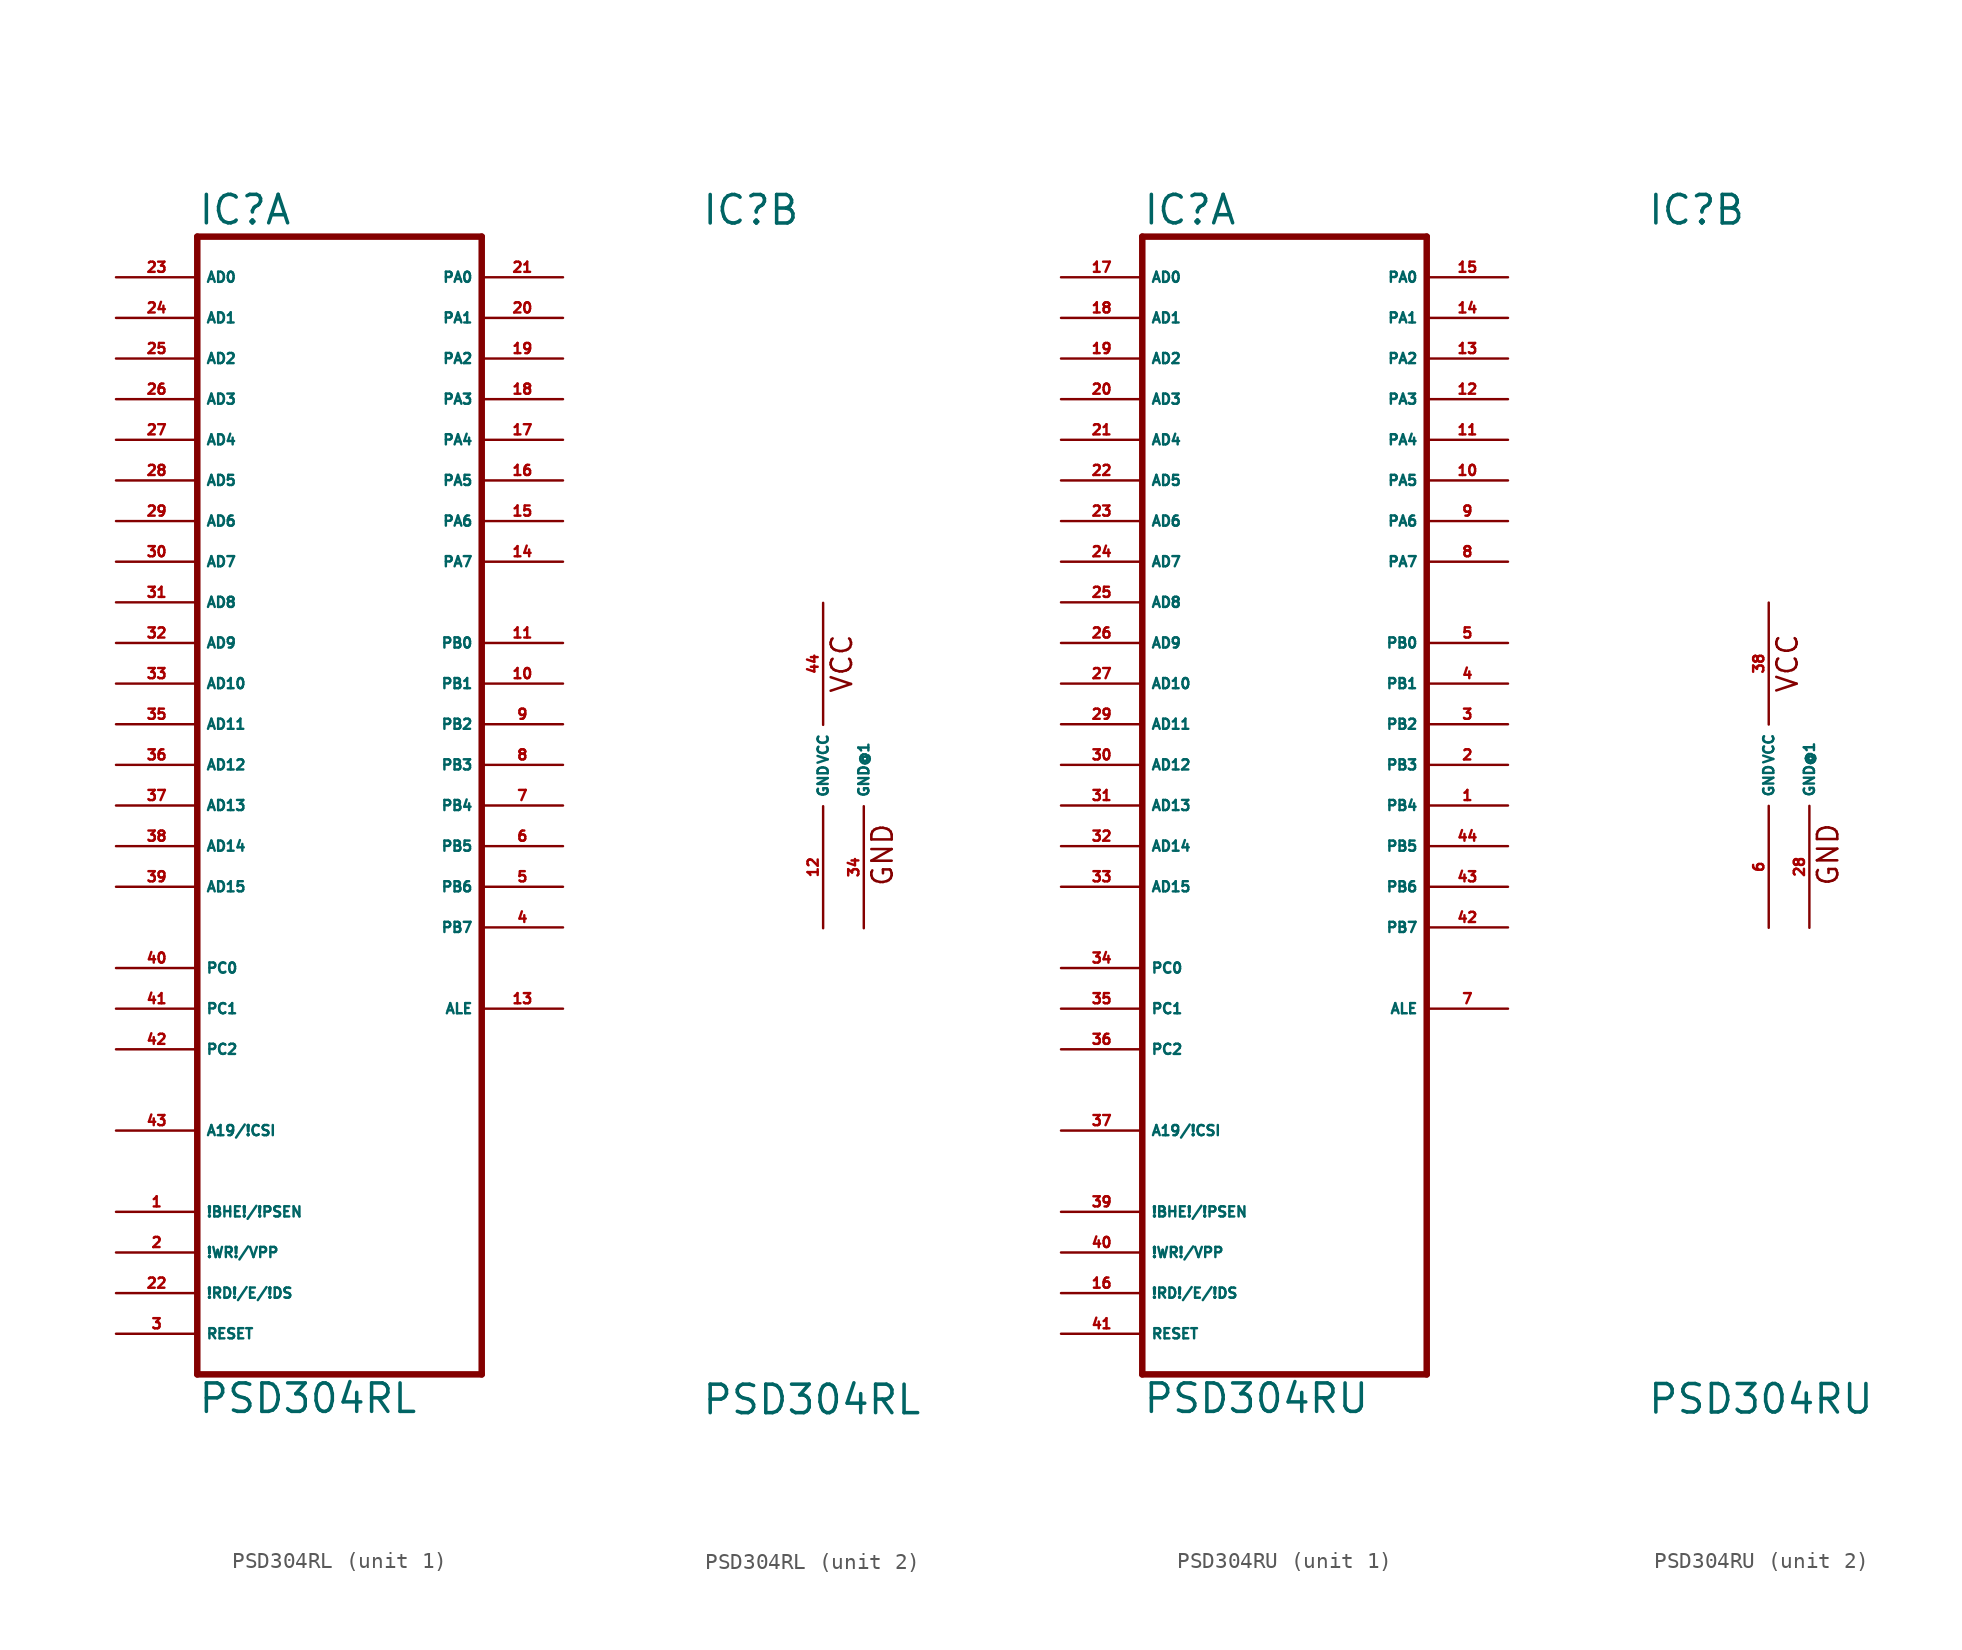
<source format=kicad_sym>
(kicad_symbol_lib
  (version 20220914)
  (generator Eagle2Kicad)
  (symbol "PSD304RL"
    (property "Reference" "IC"
      (at -7.62 33.655 0)
      (effects (font (size 1.778 1.778) (thickness 0.22)) (justify left bottom)))
    (property "Value" "PSD304RL"
      (at -7.62 -40.64 0)
      (effects (font (size 1.778 1.778) (thickness 0.22)) (justify left bottom)))
    (symbol "PSD304RL_1_0"
      (polyline (pts (xy -7.62 -38.1) (xy 10.16 -38.1)) (stroke (width 0.406) (type default)) (fill (type none)))
      (polyline (pts (xy 10.16 -38.1) (xy 10.16 33.02)) (stroke (width 0.406) (type default)) (fill (type none)))
      (polyline (pts (xy 10.16 33.02) (xy -7.62 33.02)) (stroke (width 0.406) (type default)) (fill (type none)))
      (polyline (pts (xy -7.62 33.02) (xy -7.62 -38.1)) (stroke (width 0.406) (type default)) (fill (type none)))
      (pin input line (at -12.7 30.48 0) (length 5.08) (name "AD0" (effects (font (size 0.635 0.635) (thickness 0.08)) (justify left bottom))) (number "23" (effects (font (size 0.635 0.635) (thickness 0.08)) (justify left bottom))))
      (pin input line (at -12.7 27.94 0) (length 5.08) (name "AD1" (effects (font (size 0.635 0.635) (thickness 0.08)) (justify left bottom))) (number "24" (effects (font (size 0.635 0.635) (thickness 0.08)) (justify left bottom))))
      (pin input line (at -12.7 25.4 0) (length 5.08) (name "AD2" (effects (font (size 0.635 0.635) (thickness 0.08)) (justify left bottom))) (number "25" (effects (font (size 0.635 0.635) (thickness 0.08)) (justify left bottom))))
      (pin input line (at -12.7 22.86 0) (length 5.08) (name "AD3" (effects (font (size 0.635 0.635) (thickness 0.08)) (justify left bottom))) (number "26" (effects (font (size 0.635 0.635) (thickness 0.08)) (justify left bottom))))
      (pin input line (at -12.7 20.32 0) (length 5.08) (name "AD4" (effects (font (size 0.635 0.635) (thickness 0.08)) (justify left bottom))) (number "27" (effects (font (size 0.635 0.635) (thickness 0.08)) (justify left bottom))))
      (pin input line (at -12.7 17.78 0) (length 5.08) (name "AD5" (effects (font (size 0.635 0.635) (thickness 0.08)) (justify left bottom))) (number "28" (effects (font (size 0.635 0.635) (thickness 0.08)) (justify left bottom))))
      (pin input line (at -12.7 15.24 0) (length 5.08) (name "AD6" (effects (font (size 0.635 0.635) (thickness 0.08)) (justify left bottom))) (number "29" (effects (font (size 0.635 0.635) (thickness 0.08)) (justify left bottom))))
      (pin input line (at -12.7 12.7 0) (length 5.08) (name "AD7" (effects (font (size 0.635 0.635) (thickness 0.08)) (justify left bottom))) (number "30" (effects (font (size 0.635 0.635) (thickness 0.08)) (justify left bottom))))
      (pin input line (at -12.7 10.16 0) (length 5.08) (name "AD8" (effects (font (size 0.635 0.635) (thickness 0.08)) (justify left bottom))) (number "31" (effects (font (size 0.635 0.635) (thickness 0.08)) (justify left bottom))))
      (pin input line (at -12.7 7.62 0) (length 5.08) (name "AD9" (effects (font (size 0.635 0.635) (thickness 0.08)) (justify left bottom))) (number "32" (effects (font (size 0.635 0.635) (thickness 0.08)) (justify left bottom))))
      (pin input line (at -12.7 5.08 0) (length 5.08) (name "AD10" (effects (font (size 0.635 0.635) (thickness 0.08)) (justify left bottom))) (number "33" (effects (font (size 0.635 0.635) (thickness 0.08)) (justify left bottom))))
      (pin input line (at -12.7 2.54 0) (length 5.08) (name "AD11" (effects (font (size 0.635 0.635) (thickness 0.08)) (justify left bottom))) (number "35" (effects (font (size 0.635 0.635) (thickness 0.08)) (justify left bottom))))
      (pin input line (at -12.7 0 0) (length 5.08) (name "AD12" (effects (font (size 0.635 0.635) (thickness 0.08)) (justify left bottom))) (number "36" (effects (font (size 0.635 0.635) (thickness 0.08)) (justify left bottom))))
      (pin input line (at -12.7 -2.54 0) (length 5.08) (name "AD13" (effects (font (size 0.635 0.635) (thickness 0.08)) (justify left bottom))) (number "37" (effects (font (size 0.635 0.635) (thickness 0.08)) (justify left bottom))))
      (pin input line (at -12.7 -5.08 0) (length 5.08) (name "AD14" (effects (font (size 0.635 0.635) (thickness 0.08)) (justify left bottom))) (number "38" (effects (font (size 0.635 0.635) (thickness 0.08)) (justify left bottom))))
      (pin input line (at -12.7 -7.62 0) (length 5.08) (name "AD15" (effects (font (size 0.635 0.635) (thickness 0.08)) (justify left bottom))) (number "39" (effects (font (size 0.635 0.635) (thickness 0.08)) (justify left bottom))))
      (pin input line (at -12.7 -12.7 0) (length 5.08) (name "PC0" (effects (font (size 0.635 0.635) (thickness 0.08)) (justify left bottom))) (number "40" (effects (font (size 0.635 0.635) (thickness 0.08)) (justify left bottom))))
      (pin input line (at -12.7 -15.24 0) (length 5.08) (name "PC1" (effects (font (size 0.635 0.635) (thickness 0.08)) (justify left bottom))) (number "41" (effects (font (size 0.635 0.635) (thickness 0.08)) (justify left bottom))))
      (pin input line (at -12.7 -17.78 0) (length 5.08) (name "PC2" (effects (font (size 0.635 0.635) (thickness 0.08)) (justify left bottom))) (number "42" (effects (font (size 0.635 0.635) (thickness 0.08)) (justify left bottom))))
      (pin input line (at -12.7 -22.86 0) (length 5.08) (name "A19/!CSI" (effects (font (size 0.635 0.635) (thickness 0.08)) (justify left bottom))) (number "43" (effects (font (size 0.635 0.635) (thickness 0.08)) (justify left bottom))))
      (pin bidirectional line (at 15.24 30.48 180) (length 5.08) (name "PA0" (effects (font (size 0.635 0.635) (thickness 0.08)) (justify left bottom))) (number "21" (effects (font (size 0.635 0.635) (thickness 0.08)) (justify left bottom))))
      (pin bidirectional line (at 15.24 27.94 180) (length 5.08) (name "PA1" (effects (font (size 0.635 0.635) (thickness 0.08)) (justify left bottom))) (number "20" (effects (font (size 0.635 0.635) (thickness 0.08)) (justify left bottom))))
      (pin bidirectional line (at 15.24 25.4 180) (length 5.08) (name "PA2" (effects (font (size 0.635 0.635) (thickness 0.08)) (justify left bottom))) (number "19" (effects (font (size 0.635 0.635) (thickness 0.08)) (justify left bottom))))
      (pin bidirectional line (at 15.24 22.86 180) (length 5.08) (name "PA3" (effects (font (size 0.635 0.635) (thickness 0.08)) (justify left bottom))) (number "18" (effects (font (size 0.635 0.635) (thickness 0.08)) (justify left bottom))))
      (pin bidirectional line (at 15.24 20.32 180) (length 5.08) (name "PA4" (effects (font (size 0.635 0.635) (thickness 0.08)) (justify left bottom))) (number "17" (effects (font (size 0.635 0.635) (thickness 0.08)) (justify left bottom))))
      (pin bidirectional line (at 15.24 17.78 180) (length 5.08) (name "PA5" (effects (font (size 0.635 0.635) (thickness 0.08)) (justify left bottom))) (number "16" (effects (font (size 0.635 0.635) (thickness 0.08)) (justify left bottom))))
      (pin bidirectional line (at 15.24 15.24 180) (length 5.08) (name "PA6" (effects (font (size 0.635 0.635) (thickness 0.08)) (justify left bottom))) (number "15" (effects (font (size 0.635 0.635) (thickness 0.08)) (justify left bottom))))
      (pin bidirectional line (at 15.24 12.7 180) (length 5.08) (name "PA7" (effects (font (size 0.635 0.635) (thickness 0.08)) (justify left bottom))) (number "14" (effects (font (size 0.635 0.635) (thickness 0.08)) (justify left bottom))))
      (pin output line (at 15.24 7.62 180) (length 5.08) (name "PB0" (effects (font (size 0.635 0.635) (thickness 0.08)) (justify left bottom))) (number "11" (effects (font (size 0.635 0.635) (thickness 0.08)) (justify left bottom))))
      (pin output line (at 15.24 5.08 180) (length 5.08) (name "PB1" (effects (font (size 0.635 0.635) (thickness 0.08)) (justify left bottom))) (number "10" (effects (font (size 0.635 0.635) (thickness 0.08)) (justify left bottom))))
      (pin output line (at 15.24 2.54 180) (length 5.08) (name "PB2" (effects (font (size 0.635 0.635) (thickness 0.08)) (justify left bottom))) (number "9" (effects (font (size 0.635 0.635) (thickness 0.08)) (justify left bottom))))
      (pin output line (at 15.24 0 180) (length 5.08) (name "PB3" (effects (font (size 0.635 0.635) (thickness 0.08)) (justify left bottom))) (number "8" (effects (font (size 0.635 0.635) (thickness 0.08)) (justify left bottom))))
      (pin output line (at 15.24 -2.54 180) (length 5.08) (name "PB4" (effects (font (size 0.635 0.635) (thickness 0.08)) (justify left bottom))) (number "7" (effects (font (size 0.635 0.635) (thickness 0.08)) (justify left bottom))))
      (pin output line (at 15.24 -5.08 180) (length 5.08) (name "PB5" (effects (font (size 0.635 0.635) (thickness 0.08)) (justify left bottom))) (number "6" (effects (font (size 0.635 0.635) (thickness 0.08)) (justify left bottom))))
      (pin output line (at 15.24 -7.62 180) (length 5.08) (name "PB6" (effects (font (size 0.635 0.635) (thickness 0.08)) (justify left bottom))) (number "5" (effects (font (size 0.635 0.635) (thickness 0.08)) (justify left bottom))))
      (pin output line (at 15.24 -10.16 180) (length 5.08) (name "PB7" (effects (font (size 0.635 0.635) (thickness 0.08)) (justify left bottom))) (number "4" (effects (font (size 0.635 0.635) (thickness 0.08)) (justify left bottom))))
      (pin output line (at 15.24 -15.24 180) (length 5.08) (name "ALE" (effects (font (size 0.635 0.635) (thickness 0.08)) (justify left bottom))) (number "13" (effects (font (size 0.635 0.635) (thickness 0.08)) (justify left bottom))))
      (pin input line (at -12.7 -27.94 0) (length 5.08) (name "!BHE!/!PSEN" (effects (font (size 0.635 0.635) (thickness 0.08)) (justify left bottom))) (number "1" (effects (font (size 0.635 0.635) (thickness 0.08)) (justify left bottom))))
      (pin input line (at -12.7 -30.48 0) (length 5.08) (name "!WR!/VPP" (effects (font (size 0.635 0.635) (thickness 0.08)) (justify left bottom))) (number "2" (effects (font (size 0.635 0.635) (thickness 0.08)) (justify left bottom))))
      (pin input line (at -12.7 -33.02 0) (length 5.08) (name "!RD!/E/!DS" (effects (font (size 0.635 0.635) (thickness 0.08)) (justify left bottom))) (number "22" (effects (font (size 0.635 0.635) (thickness 0.08)) (justify left bottom))))
      (pin input line (at -12.7 -35.56 0) (length 5.08) (name "RESET" (effects (font (size 0.635 0.635) (thickness 0.08)) (justify left bottom))) (number "3" (effects (font (size 0.635 0.635) (thickness 0.08)) (justify left bottom)))))
    (symbol "PSD304RL_2_0"
      (text "VCC" (at 1.905 4.445 900) (effects (font (size 1.27 1.27) (thickness 0.16)) (justify left bottom)))
      (text "GND" (at 4.445 -7.62 900) (effects (font (size 1.27 1.27) (thickness 0.16)) (justify left bottom)))
      (pin unspecified line (at 0 10.16 270) (length 7.62) (name "VCC" (effects (font (size 0.635 0.635) (thickness 0.08)) (justify left bottom))) (number "44" (effects (font (size 0.635 0.635) (thickness 0.08)) (justify left bottom))))
      (pin unspecified line (at 0 -10.16 90) (length 7.62) (name "GND" (effects (font (size 0.635 0.635) (thickness 0.08)) (justify left bottom))) (number "12" (effects (font (size 0.635 0.635) (thickness 0.08)) (justify left bottom))))
      (pin unspecified line (at 2.54 -10.16 90) (length 7.62) (name "GND@1" (effects (font (size 0.635 0.635) (thickness 0.08)) (justify left bottom))) (number "34" (effects (font (size 0.635 0.635) (thickness 0.08)) (justify left bottom))))))
  (symbol "PSD304RU"
    (property "Reference" "IC"
      (at -7.62 33.655 0)
      (effects (font (size 1.778 1.778) (thickness 0.22)) (justify left bottom)))
    (property "Value" "PSD304RU"
      (at -7.62 -40.64 0)
      (effects (font (size 1.778 1.778) (thickness 0.22)) (justify left bottom)))
    (symbol "PSD304RU_1_0"
      (polyline (pts (xy -7.62 -38.1) (xy 10.16 -38.1)) (stroke (width 0.406) (type default)) (fill (type none)))
      (polyline (pts (xy 10.16 -38.1) (xy 10.16 33.02)) (stroke (width 0.406) (type default)) (fill (type none)))
      (polyline (pts (xy 10.16 33.02) (xy -7.62 33.02)) (stroke (width 0.406) (type default)) (fill (type none)))
      (polyline (pts (xy -7.62 33.02) (xy -7.62 -38.1)) (stroke (width 0.406) (type default)) (fill (type none)))
      (pin input line (at -12.7 30.48 0) (length 5.08) (name "AD0" (effects (font (size 0.635 0.635) (thickness 0.08)) (justify left bottom))) (number "17" (effects (font (size 0.635 0.635) (thickness 0.08)) (justify left bottom))))
      (pin input line (at -12.7 27.94 0) (length 5.08) (name "AD1" (effects (font (size 0.635 0.635) (thickness 0.08)) (justify left bottom))) (number "18" (effects (font (size 0.635 0.635) (thickness 0.08)) (justify left bottom))))
      (pin input line (at -12.7 25.4 0) (length 5.08) (name "AD2" (effects (font (size 0.635 0.635) (thickness 0.08)) (justify left bottom))) (number "19" (effects (font (size 0.635 0.635) (thickness 0.08)) (justify left bottom))))
      (pin input line (at -12.7 22.86 0) (length 5.08) (name "AD3" (effects (font (size 0.635 0.635) (thickness 0.08)) (justify left bottom))) (number "20" (effects (font (size 0.635 0.635) (thickness 0.08)) (justify left bottom))))
      (pin input line (at -12.7 20.32 0) (length 5.08) (name "AD4" (effects (font (size 0.635 0.635) (thickness 0.08)) (justify left bottom))) (number "21" (effects (font (size 0.635 0.635) (thickness 0.08)) (justify left bottom))))
      (pin input line (at -12.7 17.78 0) (length 5.08) (name "AD5" (effects (font (size 0.635 0.635) (thickness 0.08)) (justify left bottom))) (number "22" (effects (font (size 0.635 0.635) (thickness 0.08)) (justify left bottom))))
      (pin input line (at -12.7 15.24 0) (length 5.08) (name "AD6" (effects (font (size 0.635 0.635) (thickness 0.08)) (justify left bottom))) (number "23" (effects (font (size 0.635 0.635) (thickness 0.08)) (justify left bottom))))
      (pin input line (at -12.7 12.7 0) (length 5.08) (name "AD7" (effects (font (size 0.635 0.635) (thickness 0.08)) (justify left bottom))) (number "24" (effects (font (size 0.635 0.635) (thickness 0.08)) (justify left bottom))))
      (pin input line (at -12.7 10.16 0) (length 5.08) (name "AD8" (effects (font (size 0.635 0.635) (thickness 0.08)) (justify left bottom))) (number "25" (effects (font (size 0.635 0.635) (thickness 0.08)) (justify left bottom))))
      (pin input line (at -12.7 7.62 0) (length 5.08) (name "AD9" (effects (font (size 0.635 0.635) (thickness 0.08)) (justify left bottom))) (number "26" (effects (font (size 0.635 0.635) (thickness 0.08)) (justify left bottom))))
      (pin input line (at -12.7 5.08 0) (length 5.08) (name "AD10" (effects (font (size 0.635 0.635) (thickness 0.08)) (justify left bottom))) (number "27" (effects (font (size 0.635 0.635) (thickness 0.08)) (justify left bottom))))
      (pin input line (at -12.7 2.54 0) (length 5.08) (name "AD11" (effects (font (size 0.635 0.635) (thickness 0.08)) (justify left bottom))) (number "29" (effects (font (size 0.635 0.635) (thickness 0.08)) (justify left bottom))))
      (pin input line (at -12.7 0 0) (length 5.08) (name "AD12" (effects (font (size 0.635 0.635) (thickness 0.08)) (justify left bottom))) (number "30" (effects (font (size 0.635 0.635) (thickness 0.08)) (justify left bottom))))
      (pin input line (at -12.7 -2.54 0) (length 5.08) (name "AD13" (effects (font (size 0.635 0.635) (thickness 0.08)) (justify left bottom))) (number "31" (effects (font (size 0.635 0.635) (thickness 0.08)) (justify left bottom))))
      (pin input line (at -12.7 -5.08 0) (length 5.08) (name "AD14" (effects (font (size 0.635 0.635) (thickness 0.08)) (justify left bottom))) (number "32" (effects (font (size 0.635 0.635) (thickness 0.08)) (justify left bottom))))
      (pin input line (at -12.7 -7.62 0) (length 5.08) (name "AD15" (effects (font (size 0.635 0.635) (thickness 0.08)) (justify left bottom))) (number "33" (effects (font (size 0.635 0.635) (thickness 0.08)) (justify left bottom))))
      (pin input line (at -12.7 -12.7 0) (length 5.08) (name "PC0" (effects (font (size 0.635 0.635) (thickness 0.08)) (justify left bottom))) (number "34" (effects (font (size 0.635 0.635) (thickness 0.08)) (justify left bottom))))
      (pin input line (at -12.7 -15.24 0) (length 5.08) (name "PC1" (effects (font (size 0.635 0.635) (thickness 0.08)) (justify left bottom))) (number "35" (effects (font (size 0.635 0.635) (thickness 0.08)) (justify left bottom))))
      (pin input line (at -12.7 -17.78 0) (length 5.08) (name "PC2" (effects (font (size 0.635 0.635) (thickness 0.08)) (justify left bottom))) (number "36" (effects (font (size 0.635 0.635) (thickness 0.08)) (justify left bottom))))
      (pin input line (at -12.7 -22.86 0) (length 5.08) (name "A19/!CSI" (effects (font (size 0.635 0.635) (thickness 0.08)) (justify left bottom))) (number "37" (effects (font (size 0.635 0.635) (thickness 0.08)) (justify left bottom))))
      (pin bidirectional line (at 15.24 30.48 180) (length 5.08) (name "PA0" (effects (font (size 0.635 0.635) (thickness 0.08)) (justify left bottom))) (number "15" (effects (font (size 0.635 0.635) (thickness 0.08)) (justify left bottom))))
      (pin bidirectional line (at 15.24 27.94 180) (length 5.08) (name "PA1" (effects (font (size 0.635 0.635) (thickness 0.08)) (justify left bottom))) (number "14" (effects (font (size 0.635 0.635) (thickness 0.08)) (justify left bottom))))
      (pin bidirectional line (at 15.24 25.4 180) (length 5.08) (name "PA2" (effects (font (size 0.635 0.635) (thickness 0.08)) (justify left bottom))) (number "13" (effects (font (size 0.635 0.635) (thickness 0.08)) (justify left bottom))))
      (pin bidirectional line (at 15.24 22.86 180) (length 5.08) (name "PA3" (effects (font (size 0.635 0.635) (thickness 0.08)) (justify left bottom))) (number "12" (effects (font (size 0.635 0.635) (thickness 0.08)) (justify left bottom))))
      (pin bidirectional line (at 15.24 20.32 180) (length 5.08) (name "PA4" (effects (font (size 0.635 0.635) (thickness 0.08)) (justify left bottom))) (number "11" (effects (font (size 0.635 0.635) (thickness 0.08)) (justify left bottom))))
      (pin bidirectional line (at 15.24 17.78 180) (length 5.08) (name "PA5" (effects (font (size 0.635 0.635) (thickness 0.08)) (justify left bottom))) (number "10" (effects (font (size 0.635 0.635) (thickness 0.08)) (justify left bottom))))
      (pin bidirectional line (at 15.24 15.24 180) (length 5.08) (name "PA6" (effects (font (size 0.635 0.635) (thickness 0.08)) (justify left bottom))) (number "9" (effects (font (size 0.635 0.635) (thickness 0.08)) (justify left bottom))))
      (pin bidirectional line (at 15.24 12.7 180) (length 5.08) (name "PA7" (effects (font (size 0.635 0.635) (thickness 0.08)) (justify left bottom))) (number "8" (effects (font (size 0.635 0.635) (thickness 0.08)) (justify left bottom))))
      (pin output line (at 15.24 7.62 180) (length 5.08) (name "PB0" (effects (font (size 0.635 0.635) (thickness 0.08)) (justify left bottom))) (number "5" (effects (font (size 0.635 0.635) (thickness 0.08)) (justify left bottom))))
      (pin output line (at 15.24 5.08 180) (length 5.08) (name "PB1" (effects (font (size 0.635 0.635) (thickness 0.08)) (justify left bottom))) (number "4" (effects (font (size 0.635 0.635) (thickness 0.08)) (justify left bottom))))
      (pin output line (at 15.24 2.54 180) (length 5.08) (name "PB2" (effects (font (size 0.635 0.635) (thickness 0.08)) (justify left bottom))) (number "3" (effects (font (size 0.635 0.635) (thickness 0.08)) (justify left bottom))))
      (pin output line (at 15.24 0 180) (length 5.08) (name "PB3" (effects (font (size 0.635 0.635) (thickness 0.08)) (justify left bottom))) (number "2" (effects (font (size 0.635 0.635) (thickness 0.08)) (justify left bottom))))
      (pin output line (at 15.24 -2.54 180) (length 5.08) (name "PB4" (effects (font (size 0.635 0.635) (thickness 0.08)) (justify left bottom))) (number "1" (effects (font (size 0.635 0.635) (thickness 0.08)) (justify left bottom))))
      (pin output line (at 15.24 -5.08 180) (length 5.08) (name "PB5" (effects (font (size 0.635 0.635) (thickness 0.08)) (justify left bottom))) (number "44" (effects (font (size 0.635 0.635) (thickness 0.08)) (justify left bottom))))
      (pin output line (at 15.24 -7.62 180) (length 5.08) (name "PB6" (effects (font (size 0.635 0.635) (thickness 0.08)) (justify left bottom))) (number "43" (effects (font (size 0.635 0.635) (thickness 0.08)) (justify left bottom))))
      (pin output line (at 15.24 -10.16 180) (length 5.08) (name "PB7" (effects (font (size 0.635 0.635) (thickness 0.08)) (justify left bottom))) (number "42" (effects (font (size 0.635 0.635) (thickness 0.08)) (justify left bottom))))
      (pin output line (at 15.24 -15.24 180) (length 5.08) (name "ALE" (effects (font (size 0.635 0.635) (thickness 0.08)) (justify left bottom))) (number "7" (effects (font (size 0.635 0.635) (thickness 0.08)) (justify left bottom))))
      (pin input line (at -12.7 -27.94 0) (length 5.08) (name "!BHE!/!PSEN" (effects (font (size 0.635 0.635) (thickness 0.08)) (justify left bottom))) (number "39" (effects (font (size 0.635 0.635) (thickness 0.08)) (justify left bottom))))
      (pin input line (at -12.7 -30.48 0) (length 5.08) (name "!WR!/VPP" (effects (font (size 0.635 0.635) (thickness 0.08)) (justify left bottom))) (number "40" (effects (font (size 0.635 0.635) (thickness 0.08)) (justify left bottom))))
      (pin input line (at -12.7 -33.02 0) (length 5.08) (name "!RD!/E/!DS" (effects (font (size 0.635 0.635) (thickness 0.08)) (justify left bottom))) (number "16" (effects (font (size 0.635 0.635) (thickness 0.08)) (justify left bottom))))
      (pin input line (at -12.7 -35.56 0) (length 5.08) (name "RESET" (effects (font (size 0.635 0.635) (thickness 0.08)) (justify left bottom))) (number "41" (effects (font (size 0.635 0.635) (thickness 0.08)) (justify left bottom)))))
    (symbol "PSD304RU_2_0"
      (text "VCC" (at 1.905 4.445 900) (effects (font (size 1.27 1.27) (thickness 0.16)) (justify left bottom)))
      (text "GND" (at 4.445 -7.62 900) (effects (font (size 1.27 1.27) (thickness 0.16)) (justify left bottom)))
      (pin unspecified line (at 0 10.16 270) (length 7.62) (name "VCC" (effects (font (size 0.635 0.635) (thickness 0.08)) (justify left bottom))) (number "38" (effects (font (size 0.635 0.635) (thickness 0.08)) (justify left bottom))))
      (pin unspecified line (at 0 -10.16 90) (length 7.62) (name "GND" (effects (font (size 0.635 0.635) (thickness 0.08)) (justify left bottom))) (number "6" (effects (font (size 0.635 0.635) (thickness 0.08)) (justify left bottom))))
      (pin unspecified line (at 2.54 -10.16 90) (length 7.62) (name "GND@1" (effects (font (size 0.635 0.635) (thickness 0.08)) (justify left bottom))) (number "28" (effects (font (size 0.635 0.635) (thickness 0.08)) (justify left bottom)))))))
</source>
